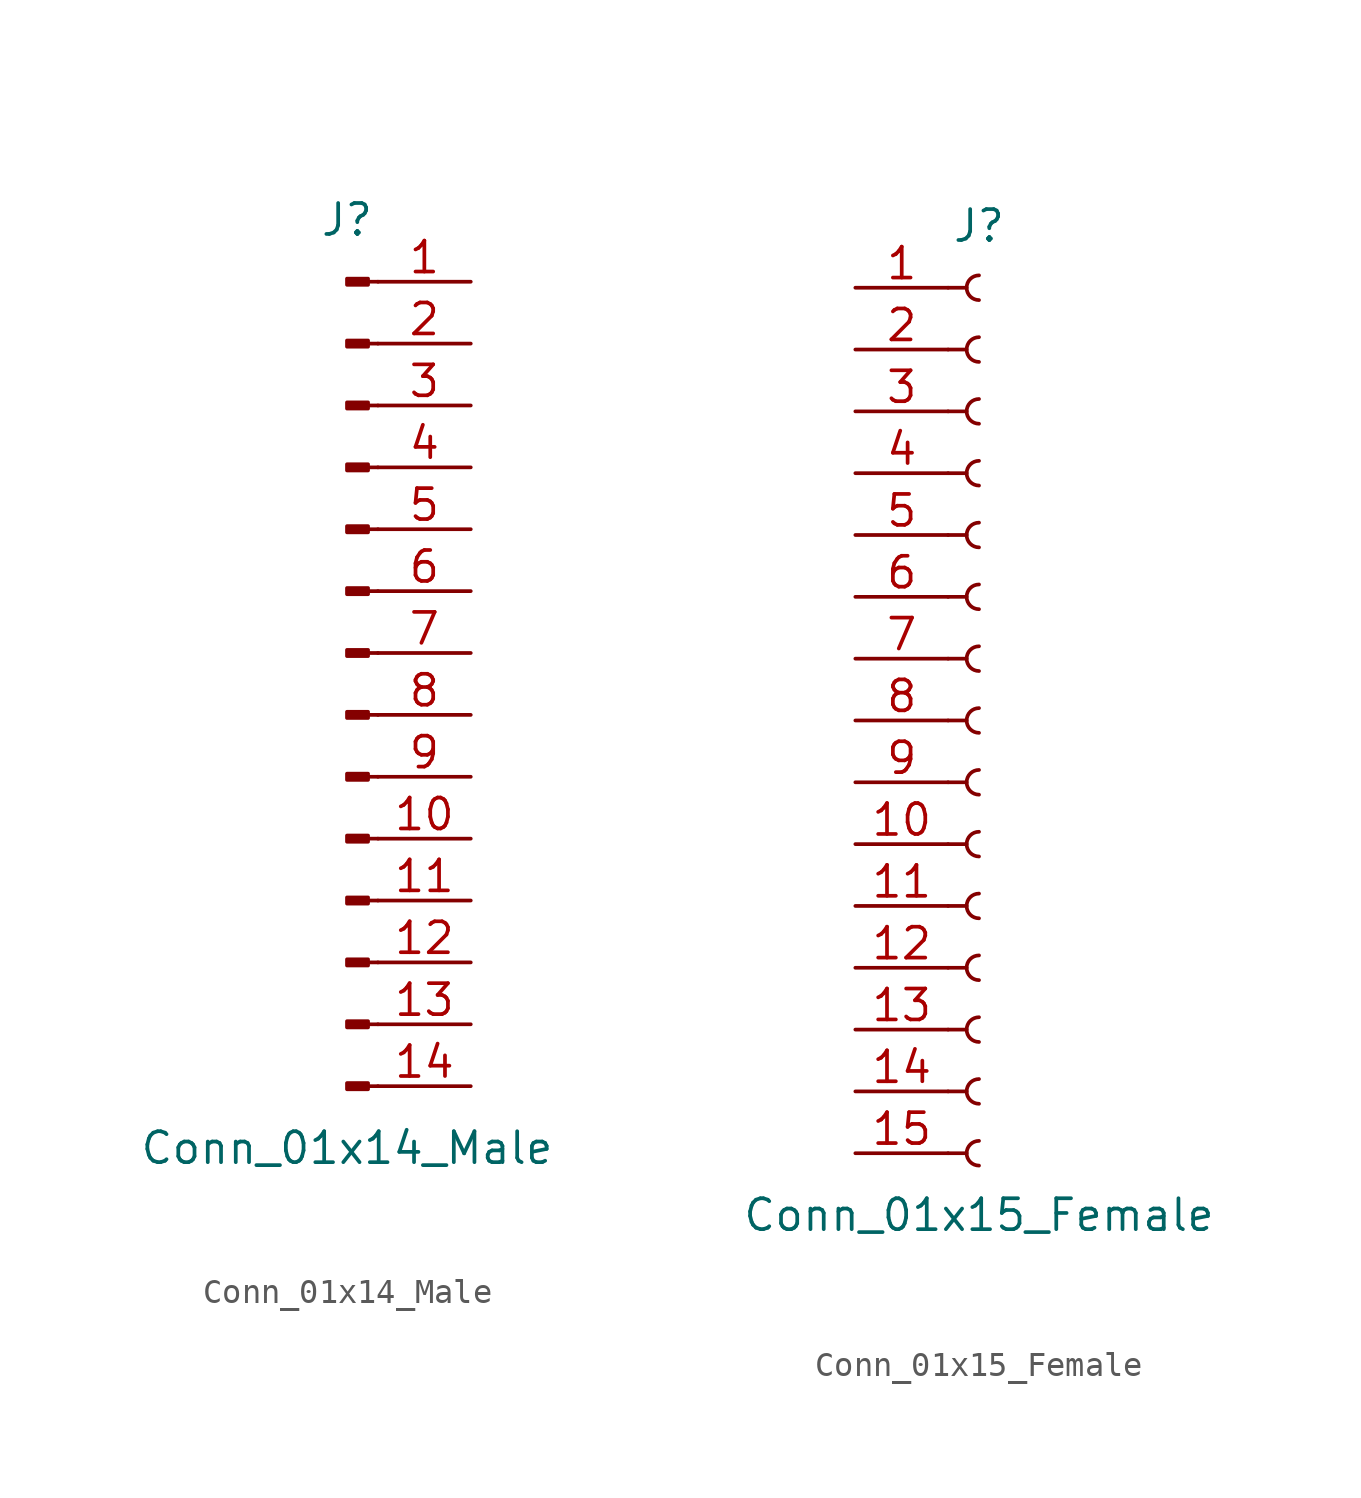
<source format=kicad_sym>
(kicad_symbol_lib
  (version 20201005)
  (generator kicad_symbol_editor)
  (symbol "Conn_01x14_Male"
    (pin_names
      (offset 1.016) hide)
    (property "Reference" "J"
      (at 0 17.78 0)
      (effects (font (size 1.27 1.27))))
    (property "Value" "Conn_01x14_Male"
      (at 0 -20.32 0)
      (effects (font (size 1.27 1.27))))
    (symbol "Conn_01x14_Male_1_1"
      (rectangle (start 0.864 -17.653) (end 0 -17.907) (stroke (width 0.152)) (fill (type outline)))
      (rectangle (start 0.864 -15.113) (end 0 -15.367) (stroke (width 0.152)) (fill (type outline)))
      (rectangle (start 0.864 -12.573) (end 0 -12.827) (stroke (width 0.152)) (fill (type outline)))
      (rectangle (start 0.864 -10.033) (end 0 -10.287) (stroke (width 0.152)) (fill (type outline)))
      (rectangle (start 0.864 -7.493) (end 0 -7.747) (stroke (width 0.152)) (fill (type outline)))
      (rectangle (start 0.864 -4.953) (end 0 -5.207) (stroke (width 0.152)) (fill (type outline)))
      (rectangle (start 0.864 -2.413) (end 0 -2.667) (stroke (width 0.152)) (fill (type outline)))
      (rectangle (start 0.864 0.127) (end 0 -0.127) (stroke (width 0.152)) (fill (type outline)))
      (rectangle (start 0.864 2.667) (end 0 2.413) (stroke (width 0.152)) (fill (type outline)))
      (rectangle (start 0.864 5.207) (end 0 4.953) (stroke (width 0.152)) (fill (type outline)))
      (rectangle (start 0.864 7.747) (end 0 7.493) (stroke (width 0.152)) (fill (type outline)))
      (rectangle (start 0.864 10.287) (end 0 10.033) (stroke (width 0.152)) (fill (type outline)))
      (rectangle (start 0.864 12.827) (end 0 12.573) (stroke (width 0.152)) (fill (type outline)))
      (rectangle (start 0.864 15.367) (end 0 15.113) (stroke (width 0.152)) (fill (type outline)))
      (polyline (pts (xy 1.27 -17.78) (xy 0.864 -17.78)) (stroke (width 0.152)) (fill (type none)))
      (polyline (pts (xy 1.27 -15.24) (xy 0.864 -15.24)) (stroke (width 0.152)) (fill (type none)))
      (polyline (pts (xy 1.27 -12.7) (xy 0.864 -12.7)) (stroke (width 0.152)) (fill (type none)))
      (polyline (pts (xy 1.27 -10.16) (xy 0.864 -10.16)) (stroke (width 0.152)) (fill (type none)))
      (polyline (pts (xy 1.27 -7.62) (xy 0.864 -7.62)) (stroke (width 0.152)) (fill (type none)))
      (polyline (pts (xy 1.27 -5.08) (xy 0.864 -5.08)) (stroke (width 0.152)) (fill (type none)))
      (polyline (pts (xy 1.27 -2.54) (xy 0.864 -2.54)) (stroke (width 0.152)) (fill (type none)))
      (polyline (pts (xy 1.27 0) (xy 0.864 0)) (stroke (width 0.152)) (fill (type none)))
      (polyline (pts (xy 1.27 2.54) (xy 0.864 2.54)) (stroke (width 0.152)) (fill (type none)))
      (polyline (pts (xy 1.27 5.08) (xy 0.864 5.08)) (stroke (width 0.152)) (fill (type none)))
      (polyline (pts (xy 1.27 7.62) (xy 0.864 7.62)) (stroke (width 0.152)) (fill (type none)))
      (polyline (pts (xy 1.27 10.16) (xy 0.864 10.16)) (stroke (width 0.152)) (fill (type none)))
      (polyline (pts (xy 1.27 12.7) (xy 0.864 12.7)) (stroke (width 0.152)) (fill (type none)))
      (polyline (pts (xy 1.27 15.24) (xy 0.864 15.24)) (stroke (width 0.152)) (fill (type none)))
      (pin passive line (at 5.08 15.24 180) (length 3.81) (name "Pin_1" (effects (font (size 1.27 1.27)))) (number "1" (effects (font (size 1.27 1.27)))))
      (pin passive line (at 5.08 -7.62 180) (length 3.81) (name "Pin_10" (effects (font (size 1.27 1.27)))) (number "10" (effects (font (size 1.27 1.27)))))
      (pin passive line (at 5.08 -10.16 180) (length 3.81) (name "Pin_11" (effects (font (size 1.27 1.27)))) (number "11" (effects (font (size 1.27 1.27)))))
      (pin passive line (at 5.08 -12.7 180) (length 3.81) (name "Pin_12" (effects (font (size 1.27 1.27)))) (number "12" (effects (font (size 1.27 1.27)))))
      (pin passive line (at 5.08 -15.24 180) (length 3.81) (name "Pin_13" (effects (font (size 1.27 1.27)))) (number "13" (effects (font (size 1.27 1.27)))))
      (pin passive line (at 5.08 -17.78 180) (length 3.81) (name "Pin_14" (effects (font (size 1.27 1.27)))) (number "14" (effects (font (size 1.27 1.27)))))
      (pin passive line (at 5.08 12.7 180) (length 3.81) (name "Pin_2" (effects (font (size 1.27 1.27)))) (number "2" (effects (font (size 1.27 1.27)))))
      (pin passive line (at 5.08 10.16 180) (length 3.81) (name "Pin_3" (effects (font (size 1.27 1.27)))) (number "3" (effects (font (size 1.27 1.27)))))
      (pin passive line (at 5.08 7.62 180) (length 3.81) (name "Pin_4" (effects (font (size 1.27 1.27)))) (number "4" (effects (font (size 1.27 1.27)))))
      (pin passive line (at 5.08 5.08 180) (length 3.81) (name "Pin_5" (effects (font (size 1.27 1.27)))) (number "5" (effects (font (size 1.27 1.27)))))
      (pin passive line (at 5.08 2.54 180) (length 3.81) (name "Pin_6" (effects (font (size 1.27 1.27)))) (number "6" (effects (font (size 1.27 1.27)))))
      (pin passive line (at 5.08 0 180) (length 3.81) (name "Pin_7" (effects (font (size 1.27 1.27)))) (number "7" (effects (font (size 1.27 1.27)))))
      (pin passive line (at 5.08 -2.54 180) (length 3.81) (name "Pin_8" (effects (font (size 1.27 1.27)))) (number "8" (effects (font (size 1.27 1.27)))))
      (pin passive line (at 5.08 -5.08 180) (length 3.81) (name "Pin_9" (effects (font (size 1.27 1.27)))) (number "9" (effects (font (size 1.27 1.27)))))))
  (symbol "Conn_01x15_Female"
    (pin_names
      (offset 1.016) hide)
    (property "Reference" "J"
      (at 0 20.32 0)
      (effects (font (size 1.27 1.27))))
    (property "Value" "Conn_01x15_Female"
      (at 0 -20.32 0)
      (effects (font (size 1.27 1.27))))
    (symbol "Conn_01x15_Female_1_1"
      (arc (start 0 -17.272) (end 0 -18.288) (radius (at 0 -17.78) (length 0.508) (angles 90.1 -90.1)) (stroke (width 0.1524)) (fill (type none)))
      (arc (start 0 -14.732) (end 0 -15.748) (radius (at 0 -15.24) (length 0.508) (angles 90.1 -90.1)) (stroke (width 0.1524)) (fill (type none)))
      (arc (start 0 -12.192) (end 0 -13.208) (radius (at 0 -12.7) (length 0.508) (angles 90.1 -90.1)) (stroke (width 0.1524)) (fill (type none)))
      (arc (start 0 -9.652) (end 0 -10.668) (radius (at 0 -10.16) (length 0.508) (angles 90.1 -90.1)) (stroke (width 0.1524)) (fill (type none)))
      (arc (start 0 -7.112) (end 0 -8.128) (radius (at 0 -7.62) (length 0.508) (angles 90.1 -90.1)) (stroke (width 0.1524)) (fill (type none)))
      (arc (start 0 -4.572) (end 0 -5.588) (radius (at 0 -5.08) (length 0.508) (angles 90.1 -90.1)) (stroke (width 0.1524)) (fill (type none)))
      (arc (start 0 -2.032) (end 0 -3.048) (radius (at 0 -2.54) (length 0.508) (angles 90.1 -90.1)) (stroke (width 0.1524)) (fill (type none)))
      (arc (start 0 0.508) (end 0 -0.508) (radius (at 0 0) (length 0.508) (angles 90.1 -90.1)) (stroke (width 0.1524)) (fill (type none)))
      (arc (start 0 3.048) (end 0 2.032) (radius (at 0 2.54) (length 0.508) (angles 90.1 -90.1)) (stroke (width 0.1524)) (fill (type none)))
      (arc (start 0 5.588) (end 0 4.572) (radius (at 0 5.08) (length 0.508) (angles 90.1 -90.1)) (stroke (width 0.1524)) (fill (type none)))
      (arc (start 0 8.128) (end 0 7.112) (radius (at 0 7.62) (length 0.508) (angles 90.1 -90.1)) (stroke (width 0.1524)) (fill (type none)))
      (arc (start 0 10.668) (end 0 9.652) (radius (at 0 10.16) (length 0.508) (angles 90.1 -90.1)) (stroke (width 0.1524)) (fill (type none)))
      (arc (start 0 13.208) (end 0 12.192) (radius (at 0 12.7) (length 0.508) (angles 90.1 -90.1)) (stroke (width 0.1524)) (fill (type none)))
      (arc (start 0 15.748) (end 0 14.732) (radius (at 0 15.24) (length 0.508) (angles 90.1 -90.1)) (stroke (width 0.1524)) (fill (type none)))
      (arc (start 0 18.288) (end 0 17.272) (radius (at 0 17.78) (length 0.508) (angles 90.1 -90.1)) (stroke (width 0.1524)) (fill (type none)))
      (polyline (pts (xy -1.27 -17.78) (xy -0.508 -17.78)) (stroke (width 0.152)) (fill (type none)))
      (polyline (pts (xy -1.27 -15.24) (xy -0.508 -15.24)) (stroke (width 0.152)) (fill (type none)))
      (polyline (pts (xy -1.27 -12.7) (xy -0.508 -12.7)) (stroke (width 0.152)) (fill (type none)))
      (polyline (pts (xy -1.27 -10.16) (xy -0.508 -10.16)) (stroke (width 0.152)) (fill (type none)))
      (polyline (pts (xy -1.27 -7.62) (xy -0.508 -7.62)) (stroke (width 0.152)) (fill (type none)))
      (polyline (pts (xy -1.27 -5.08) (xy -0.508 -5.08)) (stroke (width 0.152)) (fill (type none)))
      (polyline (pts (xy -1.27 -2.54) (xy -0.508 -2.54)) (stroke (width 0.152)) (fill (type none)))
      (polyline (pts (xy -1.27 0) (xy -0.508 0)) (stroke (width 0.152)) (fill (type none)))
      (polyline (pts (xy -1.27 2.54) (xy -0.508 2.54)) (stroke (width 0.152)) (fill (type none)))
      (polyline (pts (xy -1.27 5.08) (xy -0.508 5.08)) (stroke (width 0.152)) (fill (type none)))
      (polyline (pts (xy -1.27 7.62) (xy -0.508 7.62)) (stroke (width 0.152)) (fill (type none)))
      (polyline (pts (xy -1.27 10.16) (xy -0.508 10.16)) (stroke (width 0.152)) (fill (type none)))
      (polyline (pts (xy -1.27 12.7) (xy -0.508 12.7)) (stroke (width 0.152)) (fill (type none)))
      (polyline (pts (xy -1.27 15.24) (xy -0.508 15.24)) (stroke (width 0.152)) (fill (type none)))
      (polyline (pts (xy -1.27 17.78) (xy -0.508 17.78)) (stroke (width 0.152)) (fill (type none)))
      (pin passive line (at -5.08 17.78 0) (length 3.81) (name "Pin_1" (effects (font (size 1.27 1.27)))) (number "1" (effects (font (size 1.27 1.27)))))
      (pin passive line (at -5.08 -5.08 0) (length 3.81) (name "Pin_10" (effects (font (size 1.27 1.27)))) (number "10" (effects (font (size 1.27 1.27)))))
      (pin passive line (at -5.08 -7.62 0) (length 3.81) (name "Pin_11" (effects (font (size 1.27 1.27)))) (number "11" (effects (font (size 1.27 1.27)))))
      (pin passive line (at -5.08 -10.16 0) (length 3.81) (name "Pin_12" (effects (font (size 1.27 1.27)))) (number "12" (effects (font (size 1.27 1.27)))))
      (pin passive line (at -5.08 -12.7 0) (length 3.81) (name "Pin_13" (effects (font (size 1.27 1.27)))) (number "13" (effects (font (size 1.27 1.27)))))
      (pin passive line (at -5.08 -15.24 0) (length 3.81) (name "Pin_14" (effects (font (size 1.27 1.27)))) (number "14" (effects (font (size 1.27 1.27)))))
      (pin passive line (at -5.08 -17.78 0) (length 3.81) (name "Pin_15" (effects (font (size 1.27 1.27)))) (number "15" (effects (font (size 1.27 1.27)))))
      (pin passive line (at -5.08 15.24 0) (length 3.81) (name "Pin_2" (effects (font (size 1.27 1.27)))) (number "2" (effects (font (size 1.27 1.27)))))
      (pin passive line (at -5.08 12.7 0) (length 3.81) (name "Pin_3" (effects (font (size 1.27 1.27)))) (number "3" (effects (font (size 1.27 1.27)))))
      (pin passive line (at -5.08 10.16 0) (length 3.81) (name "Pin_4" (effects (font (size 1.27 1.27)))) (number "4" (effects (font (size 1.27 1.27)))))
      (pin passive line (at -5.08 7.62 0) (length 3.81) (name "Pin_5" (effects (font (size 1.27 1.27)))) (number "5" (effects (font (size 1.27 1.27)))))
      (pin passive line (at -5.08 5.08 0) (length 3.81) (name "Pin_6" (effects (font (size 1.27 1.27)))) (number "6" (effects (font (size 1.27 1.27)))))
      (pin passive line (at -5.08 2.54 0) (length 3.81) (name "Pin_7" (effects (font (size 1.27 1.27)))) (number "7" (effects (font (size 1.27 1.27)))))
      (pin passive line (at -5.08 0 0) (length 3.81) (name "Pin_8" (effects (font (size 1.27 1.27)))) (number "8" (effects (font (size 1.27 1.27)))))
      (pin passive line (at -5.08 -2.54 0) (length 3.81) (name "Pin_9" (effects (font (size 1.27 1.27)))) (number "9" (effects (font (size 1.27 1.27))))))))
</source>
